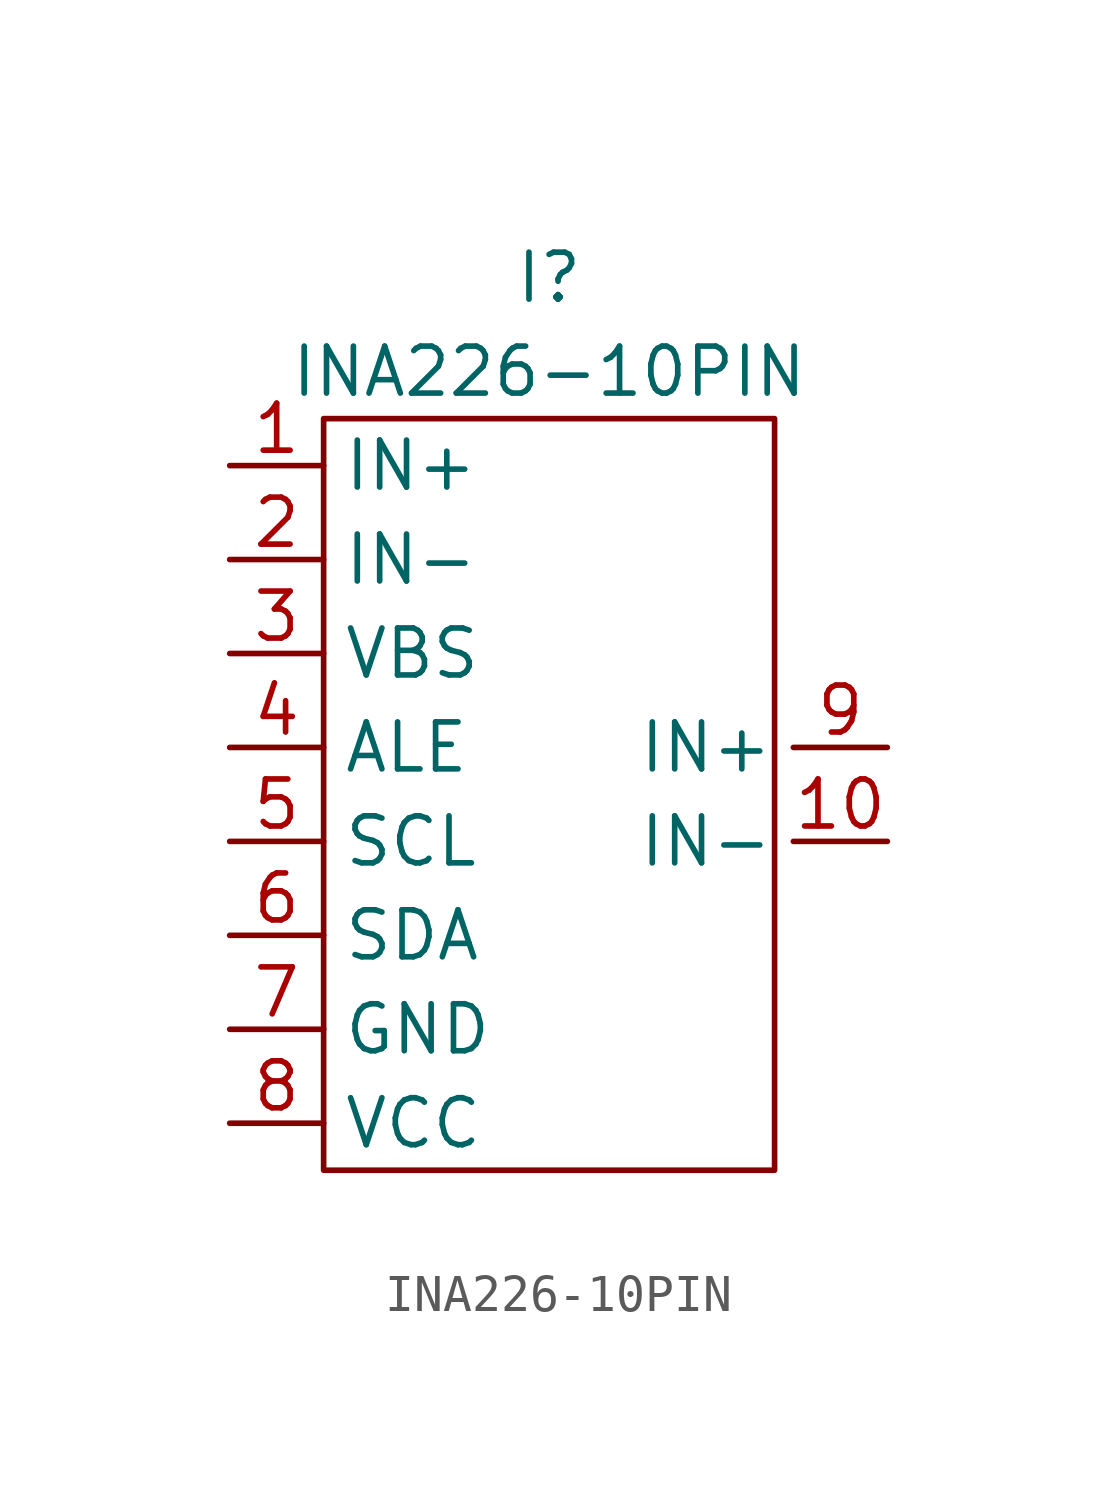
<source format=kicad_sym>
(kicad_symbol_lib
  (version 20231120)
  (generator "kicad_symbol_editor")
  (generator_version "8.0")
  (symbol "INA226-10PIN"
    (property "Reference" "I"
      (at -0.254 3.81 0)
      (effects (font (size 1.27 1.27))))
    (property "Value" "INA226-10PIN"
      (at -0.254 1.27 0)
      (effects (font (size 1.27 1.27))))
    (symbol "INA226-10PIN_1_1"
      (rectangle (start -6.35 0) (end 5.842 -20.32) (stroke (width 0) (type default)) (fill (type none)))
      (pin input line (at -8.89 -1.27 0) (length 2.54) (name "IN+" (effects (font (size 1.27 1.27)))) (number "1" (effects (font (size 1.27 1.27)))))
      (pin input line (at 8.89 -11.43 180) (length 2.54) (name "IN-" (effects (font (size 1.27 1.27)))) (number "10" (effects (font (size 1.27 1.27)))))
      (pin input line (at -8.89 -3.81 0) (length 2.54) (name "IN-" (effects (font (size 1.27 1.27)))) (number "2" (effects (font (size 1.27 1.27)))))
      (pin input line (at -8.89 -6.35 0) (length 2.54) (name "VBS" (effects (font (size 1.27 1.27)))) (number "3" (effects (font (size 1.27 1.27)))))
      (pin open_collector line (at -8.89 -8.89 0) (length 2.54) (name "ALE" (effects (font (size 1.27 1.27)))) (number "4" (effects (font (size 1.27 1.27)))))
      (pin input line (at -8.89 -11.43 0) (length 2.54) (name "SCL" (effects (font (size 1.27 1.27)))) (number "5" (effects (font (size 1.27 1.27)))))
      (pin bidirectional line (at -8.89 -13.97 0) (length 2.54) (name "SDA" (effects (font (size 1.27 1.27)))) (number "6" (effects (font (size 1.27 1.27)))))
      (pin power_in line (at -8.89 -16.51 0) (length 2.54) (name "GND" (effects (font (size 1.27 1.27)))) (number "7" (effects (font (size 1.27 1.27)))))
      (pin power_in line (at -8.89 -19.05 0) (length 2.54) (name "VCC" (effects (font (size 1.27 1.27)))) (number "8" (effects (font (size 1.27 1.27)))))
      (pin input line (at 8.89 -8.89 180) (length 2.54) (name "IN+" (effects (font (size 1.27 1.27)))) (number "9" (effects (font (size 1.27 1.27))))))))
</source>
